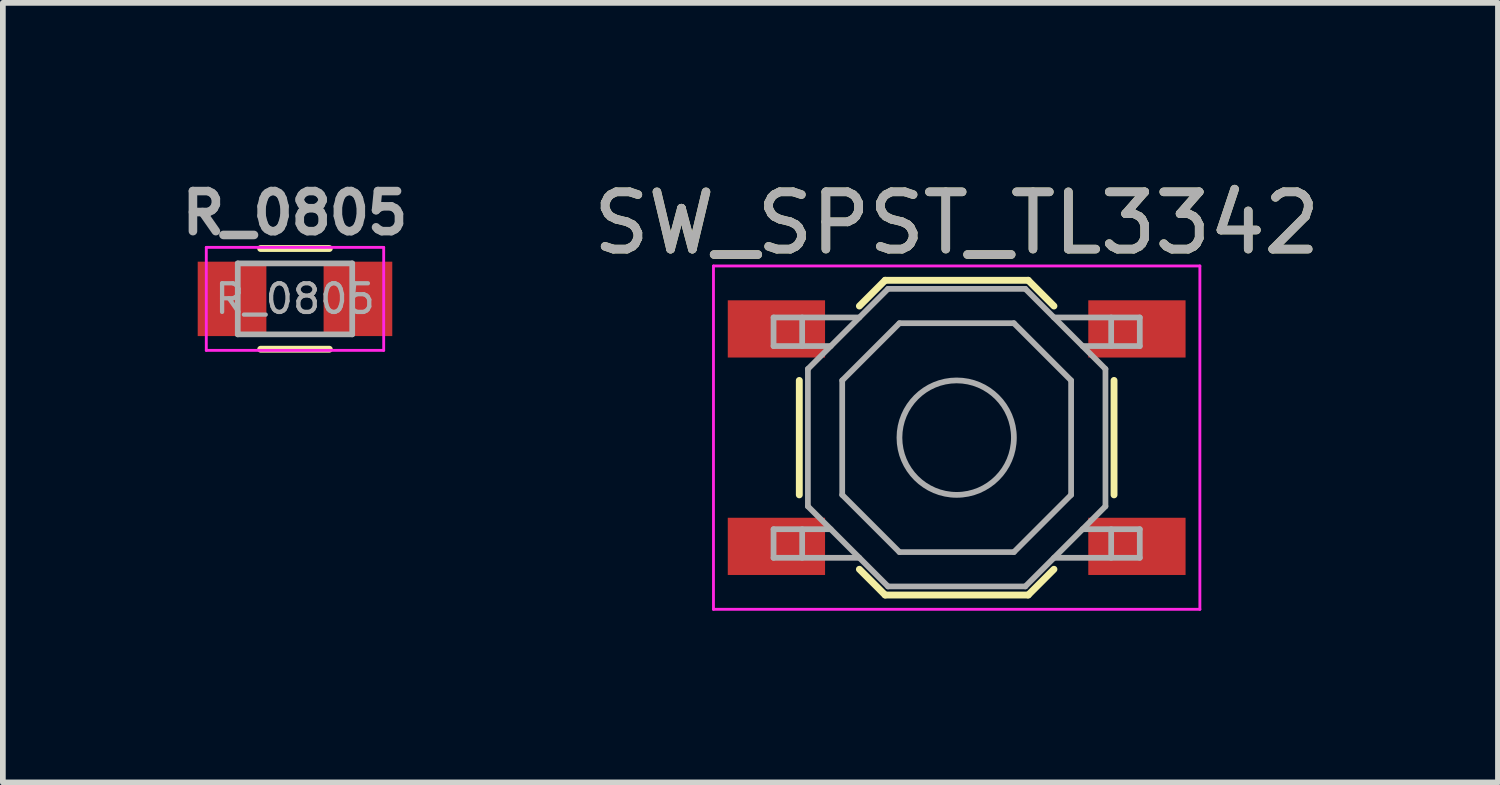
<source format=kicad_pcb>
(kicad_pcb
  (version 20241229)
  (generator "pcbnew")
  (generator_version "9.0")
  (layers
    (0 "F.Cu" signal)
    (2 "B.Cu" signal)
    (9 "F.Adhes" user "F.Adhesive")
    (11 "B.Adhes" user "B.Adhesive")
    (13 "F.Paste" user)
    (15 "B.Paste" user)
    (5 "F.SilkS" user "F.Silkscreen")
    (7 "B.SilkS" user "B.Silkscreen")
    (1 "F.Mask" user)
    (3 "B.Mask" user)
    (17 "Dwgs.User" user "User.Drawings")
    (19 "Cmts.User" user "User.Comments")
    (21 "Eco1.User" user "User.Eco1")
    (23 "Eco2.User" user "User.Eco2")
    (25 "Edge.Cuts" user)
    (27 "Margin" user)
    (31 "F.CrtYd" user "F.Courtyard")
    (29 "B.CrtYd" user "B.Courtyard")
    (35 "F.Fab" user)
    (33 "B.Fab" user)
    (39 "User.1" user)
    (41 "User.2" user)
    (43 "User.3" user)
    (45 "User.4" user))
  (footprint "SW_SPST_TL3342"
    (layer "F.Cu")
    (at 13.668 4.598)
    (property "Reference" "SW_SPST_TL3342" (at 0 -3.75 0) (layer "F.SilkS") (effects (font (size 1 1) (thickness 0.15))))
    (attr smd)
    (fp_line (start -2.75 -1) (end -2.75 1) (stroke (width 0.12) (type solid)) (layer "F.SilkS"))
    (fp_line (start -1.7 -2.3) (end -1.25 -2.75) (stroke (width 0.12) (type solid)) (layer "F.SilkS"))
    (fp_line (start -1.7 2.3) (end -1.25 2.75) (stroke (width 0.12) (type solid)) (layer "F.SilkS"))
    (fp_line (start -1.25 -2.75) (end 1.25 -2.75) (stroke (width 0.12) (type solid)) (layer "F.SilkS"))
    (fp_line (start -1.25 2.75) (end 1.25 2.75) (stroke (width 0.12) (type solid)) (layer "F.SilkS"))
    (fp_line (start 1.7 -2.3) (end 1.25 -2.75) (stroke (width 0.12) (type solid)) (layer "F.SilkS"))
    (fp_line (start 1.7 2.3) (end 1.25 2.75) (stroke (width 0.12) (type solid)) (layer "F.SilkS"))
    (fp_line (start 2.75 -1) (end 2.75 1) (stroke (width 0.12) (type solid)) (layer "F.SilkS"))
    (fp_line (start -4.25 -3) (end 4.25 -3) (stroke (width 0.05) (type solid)) (layer "F.CrtYd"))
    (fp_line (start -4.25 3) (end -4.25 -3) (stroke (width 0.05) (type solid)) (layer "F.CrtYd"))
    (fp_line (start 4.25 -3) (end 4.25 3) (stroke (width 0.05) (type solid)) (layer "F.CrtYd"))
    (fp_line (start 4.25 3) (end -4.25 3) (stroke (width 0.05) (type solid)) (layer "F.CrtYd"))
    (fp_line (start -3.2 -2.1) (end -3.2 -1.6) (stroke (width 0.1) (type solid)) (layer "F.Fab"))
    (fp_line (start -3.2 -1.6) (end -2.2 -1.6) (stroke (width 0.1) (type solid)) (layer "F.Fab"))
    (fp_line (start -3.2 1.6) (end -2.2 1.6) (stroke (width 0.1) (type solid)) (layer "F.Fab"))
    (fp_line (start -3.2 2.1) (end -3.2 1.6) (stroke (width 0.1) (type solid)) (layer "F.Fab"))
    (fp_line (start -2.7 -2.1) (end -2.7 -1.6) (stroke (width 0.1) (type solid)) (layer "F.Fab"))
    (fp_line (start -2.7 2.1) (end -2.7 1.6) (stroke (width 0.1) (type solid)) (layer "F.Fab"))
    (fp_line (start -2.6 -1.2) (end -2.6 1.2) (stroke (width 0.1) (type solid)) (layer "F.Fab"))
    (fp_line (start -2.6 1.2) (end -1.2 2.6) (stroke (width 0.1) (type solid)) (layer "F.Fab"))
    (fp_line (start -2 -1) (end -1 -2) (stroke (width 0.1) (type solid)) (layer "F.Fab"))
    (fp_line (start -2 1) (end -2 -1) (stroke (width 0.1) (type solid)) (layer "F.Fab"))
    (fp_line (start -1.7 -2.1) (end -3.2 -2.1) (stroke (width 0.1) (type solid)) (layer "F.Fab"))
    (fp_line (start -1.7 2.1) (end -3.2 2.1) (stroke (width 0.1) (type solid)) (layer "F.Fab"))
    (fp_line (start -1.2 -2.6) (end -2.6 -1.2) (stroke (width 0.1) (type solid)) (layer "F.Fab"))
    (fp_line (start -1.2 2.6) (end 1.2 2.6) (stroke (width 0.1) (type solid)) (layer "F.Fab"))
    (fp_line (start -1 -2) (end 1 -2) (stroke (width 0.1) (type solid)) (layer "F.Fab"))
    (fp_line (start -1 2) (end -2 1) (stroke (width 0.1) (type solid)) (layer "F.Fab"))
    (fp_line (start 1 -2) (end 2 -1) (stroke (width 0.1) (type solid)) (layer "F.Fab"))
    (fp_line (start 1 2) (end -1 2) (stroke (width 0.1) (type solid)) (layer "F.Fab"))
    (fp_line (start 1.2 -2.6) (end -1.2 -2.6) (stroke (width 0.1) (type solid)) (layer "F.Fab"))
    (fp_line (start 1.2 2.6) (end 2.6 1.2) (stroke (width 0.1) (type solid)) (layer "F.Fab"))
    (fp_line (start 1.7 -2.1) (end 3.2 -2.1) (stroke (width 0.1) (type solid)) (layer "F.Fab"))
    (fp_line (start 1.7 2.1) (end 3.2 2.1) (stroke (width 0.1) (type solid)) (layer "F.Fab"))
    (fp_line (start 2 -1) (end 2 1) (stroke (width 0.1) (type solid)) (layer "F.Fab"))
    (fp_line (start 2 1) (end 1 2) (stroke (width 0.1) (type solid)) (layer "F.Fab"))
    (fp_line (start 2.6 -1.2) (end 1.2 -2.6) (stroke (width 0.1) (type solid)) (layer "F.Fab"))
    (fp_line (start 2.6 1.2) (end 2.6 -1.2) (stroke (width 0.1) (type solid)) (layer "F.Fab"))
    (fp_line (start 2.7 -2.1) (end 2.7 -1.6) (stroke (width 0.1) (type solid)) (layer "F.Fab"))
    (fp_line (start 2.7 2.1) (end 2.7 1.6) (stroke (width 0.1) (type solid)) (layer "F.Fab"))
    (fp_line (start 3.2 -2.1) (end 3.2 -1.6) (stroke (width 0.1) (type solid)) (layer "F.Fab"))
    (fp_line (start 3.2 -1.6) (end 2.2 -1.6) (stroke (width 0.1) (type solid)) (layer "F.Fab"))
    (fp_line (start 3.2 1.6) (end 2.2 1.6) (stroke (width 0.1) (type solid)) (layer "F.Fab"))
    (fp_line (start 3.2 2.1) (end 3.2 1.6) (stroke (width 0.1) (type solid)) (layer "F.Fab"))
    (fp_circle (center 0 0) (end 1 0) (stroke (width 0.1) (type solid)) (fill no) (layer "F.Fab"))
    (fp_text user "${REFERENCE}" (at 0 -3.75 0) (layer "F.Fab") (effects (font (size 1 1) (thickness 0.15))))
    (pad "1" smd rect (at -3.15 -1.9 180) (size 1.7 1) (layers "F.Cu" "F.Mask" "F.Paste"))
    (pad "1" smd rect (at 3.15 -1.9 180) (size 1.7 1) (layers "F.Cu" "F.Mask" "F.Paste"))
    (pad "2" smd rect (at -3.15 1.9 180) (size 1.7 1) (layers "F.Cu" "F.Mask" "F.Paste"))
    (pad "2" smd rect (at 3.15 1.9 180) (size 1.7 1) (layers "F.Cu" "F.Mask" "F.Paste")))
  (footprint "R_0805"
    (layer "F.Cu")
    (at 2.105 2.173)
    (property "Reference" "R_0805" (at 0 -1.5 180) (layer "F.Fab") (effects (font (size 0.7 0.7) (thickness 0.15))))
    (attr smd)
    (fp_line (start -0.6 -0.88) (end 0.6 -0.88) (stroke (width 0.12) (type solid)) (layer "F.SilkS"))
    (fp_line (start 0.6 0.88) (end -0.6 0.88) (stroke (width 0.12) (type solid)) (layer "F.SilkS"))
    (fp_line (start -1.55 -0.9) (end -1.55 0.9) (stroke (width 0.05) (type solid)) (layer "F.CrtYd"))
    (fp_line (start -1.55 -0.9) (end 1.55 -0.9) (stroke (width 0.05) (type solid)) (layer "F.CrtYd"))
    (fp_line (start 1.55 0.9) (end -1.55 0.9) (stroke (width 0.05) (type solid)) (layer "F.CrtYd"))
    (fp_line (start 1.55 0.9) (end 1.55 -0.9) (stroke (width 0.05) (type solid)) (layer "F.CrtYd"))
    (fp_line (start -1 -0.62) (end 1 -0.62) (stroke (width 0.1) (type solid)) (layer "F.Fab"))
    (fp_line (start -1 0.62) (end -1 -0.62) (stroke (width 0.1) (type solid)) (layer "F.Fab"))
    (fp_line (start 1 -0.62) (end 1 0.62) (stroke (width 0.1) (type solid)) (layer "F.Fab"))
    (fp_line (start 1 0.62) (end -1 0.62) (stroke (width 0.1) (type solid)) (layer "F.Fab"))
    (fp_text user "${REFERENCE}" (at 0 0 0) (layer "F.Fab") (effects (font (size 0.5 0.5) (thickness 0.075))))
    (pad "1" smd rect (at -1.1 0 180) (size 1.2 1.3) (layers "F.Cu" "F.Mask" "F.Paste"))
    (pad "2" smd rect (at 1.1 0 180) (size 1.2 1.3) (layers "F.Cu" "F.Mask" "F.Paste")))
  (gr_rect
    (start -3 -3)
    (end 23.127 10.623)
    (stroke (width 0.1) (type default))
    (fill no)
    (layer "Edge.Cuts")))
</source>
